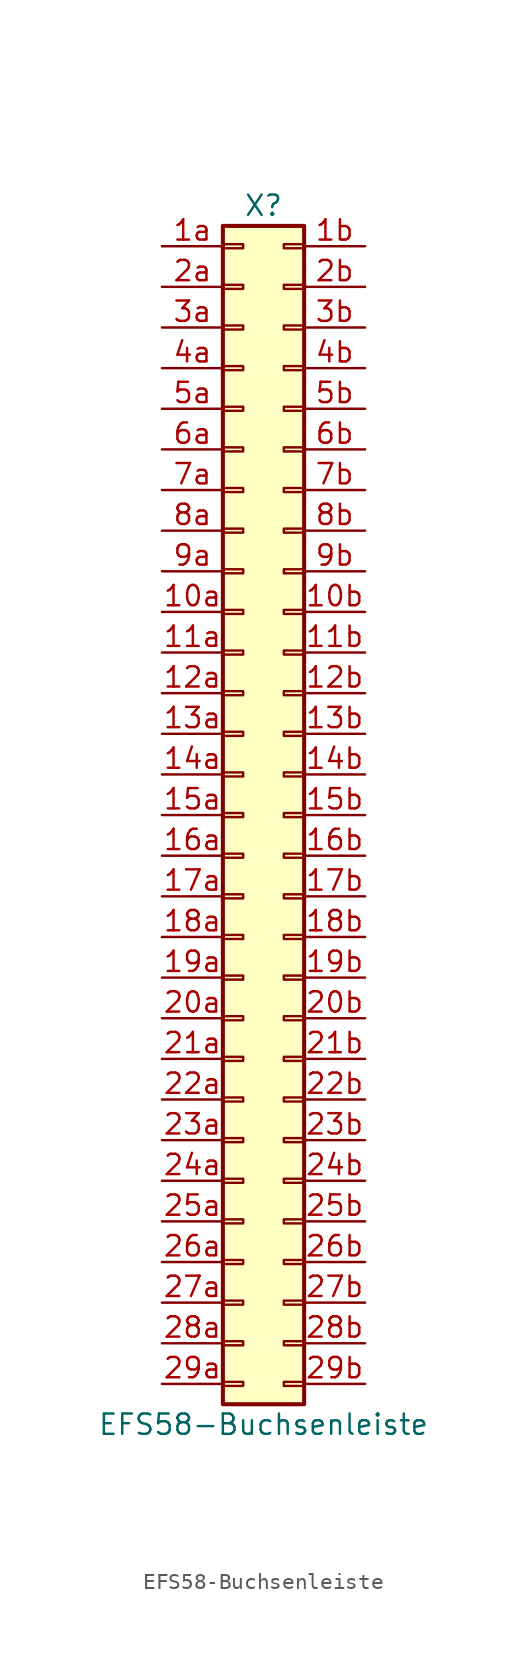
<source format=kicad_sym>
(kicad_symbol_lib
  (version 20211014)
  (generator kicad_symbol_editor)
  (symbol "EFS58-Buchsenleiste"
    (pin_names
      (offset 1.016) hide)
    (property "Reference" "X"
      (at 0 38.1 0)
      (effects (font (size 1.27 1.27))))
    (property "Value" "EFS58-Buchsenleiste"
      (at 0 -38.1 0)
      (effects (font (size 1.27 1.27))))
    (symbol "EFS58-Buchsenleiste_1_1"
      (rectangle (start -2.54 -35.433) (end -1.27 -35.687) (stroke (width 0.152) (type default) (color 0 0 0 0)) (fill (type none)))
      (rectangle (start -2.54 -32.893) (end -1.27 -33.147) (stroke (width 0.152) (type default) (color 0 0 0 0)) (fill (type none)))
      (rectangle (start -2.54 -30.353) (end -1.27 -30.607) (stroke (width 0.152) (type default) (color 0 0 0 0)) (fill (type none)))
      (rectangle (start -2.54 -27.813) (end -1.27 -28.067) (stroke (width 0.152) (type default) (color 0 0 0 0)) (fill (type none)))
      (rectangle (start -2.54 -25.273) (end -1.27 -25.527) (stroke (width 0.152) (type default) (color 0 0 0 0)) (fill (type none)))
      (rectangle (start -2.54 -22.733) (end -1.27 -22.987) (stroke (width 0.152) (type default) (color 0 0 0 0)) (fill (type none)))
      (rectangle (start -2.54 -20.193) (end -1.27 -20.447) (stroke (width 0.152) (type default) (color 0 0 0 0)) (fill (type none)))
      (rectangle (start -2.54 -17.653) (end -1.27 -17.907) (stroke (width 0.152) (type default) (color 0 0 0 0)) (fill (type none)))
      (rectangle (start -2.54 -15.113) (end -1.27 -15.367) (stroke (width 0.152) (type default) (color 0 0 0 0)) (fill (type none)))
      (rectangle (start -2.54 -12.573) (end -1.27 -12.827) (stroke (width 0.152) (type default) (color 0 0 0 0)) (fill (type none)))
      (rectangle (start -2.54 -10.033) (end -1.27 -10.287) (stroke (width 0.152) (type default) (color 0 0 0 0)) (fill (type none)))
      (rectangle (start -2.54 -7.493) (end -1.27 -7.747) (stroke (width 0.152) (type default) (color 0 0 0 0)) (fill (type none)))
      (rectangle (start -2.54 -4.953) (end -1.27 -5.207) (stroke (width 0.152) (type default) (color 0 0 0 0)) (fill (type none)))
      (rectangle (start -2.54 -2.413) (end -1.27 -2.667) (stroke (width 0.152) (type default) (color 0 0 0 0)) (fill (type none)))
      (rectangle (start -2.54 0.127) (end -1.27 -0.127) (stroke (width 0.152) (type default) (color 0 0 0 0)) (fill (type none)))
      (rectangle (start -2.54 2.667) (end -1.27 2.413) (stroke (width 0.152) (type default) (color 0 0 0 0)) (fill (type none)))
      (rectangle (start -2.54 5.207) (end -1.27 4.953) (stroke (width 0.152) (type default) (color 0 0 0 0)) (fill (type none)))
      (rectangle (start -2.54 7.747) (end -1.27 7.493) (stroke (width 0.152) (type default) (color 0 0 0 0)) (fill (type none)))
      (rectangle (start -2.54 10.287) (end -1.27 10.033) (stroke (width 0.152) (type default) (color 0 0 0 0)) (fill (type none)))
      (rectangle (start -2.54 12.827) (end -1.27 12.573) (stroke (width 0.152) (type default) (color 0 0 0 0)) (fill (type none)))
      (rectangle (start -2.54 15.367) (end -1.27 15.113) (stroke (width 0.152) (type default) (color 0 0 0 0)) (fill (type none)))
      (rectangle (start -2.54 17.907) (end -1.27 17.653) (stroke (width 0.152) (type default) (color 0 0 0 0)) (fill (type none)))
      (rectangle (start -2.54 20.447) (end -1.27 20.193) (stroke (width 0.152) (type default) (color 0 0 0 0)) (fill (type none)))
      (rectangle (start -2.54 22.987) (end -1.27 22.733) (stroke (width 0.152) (type default) (color 0 0 0 0)) (fill (type none)))
      (rectangle (start -2.54 25.527) (end -1.27 25.273) (stroke (width 0.152) (type default) (color 0 0 0 0)) (fill (type none)))
      (rectangle (start -2.54 28.067) (end -1.27 27.813) (stroke (width 0.152) (type default) (color 0 0 0 0)) (fill (type none)))
      (rectangle (start -2.54 30.607) (end -1.27 30.353) (stroke (width 0.152) (type default) (color 0 0 0 0)) (fill (type none)))
      (rectangle (start -2.54 33.147) (end -1.27 32.893) (stroke (width 0.152) (type default) (color 0 0 0 0)) (fill (type none)))
      (rectangle (start -2.54 35.687) (end -1.27 35.433) (stroke (width 0.152) (type default) (color 0 0 0 0)) (fill (type none)))
      (rectangle (start -2.54 36.83) (end 2.54 -36.83) (stroke (width 0.254) (type default) (color 0 0 0 0)) (fill (type background)))
      (rectangle (start 2.54 -35.433) (end 1.27 -35.687) (stroke (width 0.152) (type default) (color 0 0 0 0)) (fill (type none)))
      (rectangle (start 2.54 -32.893) (end 1.27 -33.147) (stroke (width 0.152) (type default) (color 0 0 0 0)) (fill (type none)))
      (rectangle (start 2.54 -30.353) (end 1.27 -30.607) (stroke (width 0.152) (type default) (color 0 0 0 0)) (fill (type none)))
      (rectangle (start 2.54 -27.813) (end 1.27 -28.067) (stroke (width 0.152) (type default) (color 0 0 0 0)) (fill (type none)))
      (rectangle (start 2.54 -25.273) (end 1.27 -25.527) (stroke (width 0.152) (type default) (color 0 0 0 0)) (fill (type none)))
      (rectangle (start 2.54 -22.733) (end 1.27 -22.987) (stroke (width 0.152) (type default) (color 0 0 0 0)) (fill (type none)))
      (rectangle (start 2.54 -20.193) (end 1.27 -20.447) (stroke (width 0.152) (type default) (color 0 0 0 0)) (fill (type none)))
      (rectangle (start 2.54 -17.653) (end 1.27 -17.907) (stroke (width 0.152) (type default) (color 0 0 0 0)) (fill (type none)))
      (rectangle (start 2.54 -15.113) (end 1.27 -15.367) (stroke (width 0.152) (type default) (color 0 0 0 0)) (fill (type none)))
      (rectangle (start 2.54 -12.573) (end 1.27 -12.827) (stroke (width 0.152) (type default) (color 0 0 0 0)) (fill (type none)))
      (rectangle (start 2.54 -10.033) (end 1.27 -10.287) (stroke (width 0.152) (type default) (color 0 0 0 0)) (fill (type none)))
      (rectangle (start 2.54 -7.493) (end 1.27 -7.747) (stroke (width 0.152) (type default) (color 0 0 0 0)) (fill (type none)))
      (rectangle (start 2.54 -4.953) (end 1.27 -5.207) (stroke (width 0.152) (type default) (color 0 0 0 0)) (fill (type none)))
      (rectangle (start 2.54 -2.413) (end 1.27 -2.667) (stroke (width 0.152) (type default) (color 0 0 0 0)) (fill (type none)))
      (rectangle (start 2.54 0.127) (end 1.27 -0.127) (stroke (width 0.152) (type default) (color 0 0 0 0)) (fill (type none)))
      (rectangle (start 2.54 2.667) (end 1.27 2.413) (stroke (width 0.152) (type default) (color 0 0 0 0)) (fill (type none)))
      (rectangle (start 2.54 5.207) (end 1.27 4.953) (stroke (width 0.152) (type default) (color 0 0 0 0)) (fill (type none)))
      (rectangle (start 2.54 7.747) (end 1.27 7.493) (stroke (width 0.152) (type default) (color 0 0 0 0)) (fill (type none)))
      (rectangle (start 2.54 10.287) (end 1.27 10.033) (stroke (width 0.152) (type default) (color 0 0 0 0)) (fill (type none)))
      (rectangle (start 2.54 12.827) (end 1.27 12.573) (stroke (width 0.152) (type default) (color 0 0 0 0)) (fill (type none)))
      (rectangle (start 2.54 15.367) (end 1.27 15.113) (stroke (width 0.152) (type default) (color 0 0 0 0)) (fill (type none)))
      (rectangle (start 2.54 17.907) (end 1.27 17.653) (stroke (width 0.152) (type default) (color 0 0 0 0)) (fill (type none)))
      (rectangle (start 2.54 20.447) (end 1.27 20.193) (stroke (width 0.152) (type default) (color 0 0 0 0)) (fill (type none)))
      (rectangle (start 2.54 22.987) (end 1.27 22.733) (stroke (width 0.152) (type default) (color 0 0 0 0)) (fill (type none)))
      (rectangle (start 2.54 25.527) (end 1.27 25.273) (stroke (width 0.152) (type default) (color 0 0 0 0)) (fill (type none)))
      (rectangle (start 2.54 28.067) (end 1.27 27.813) (stroke (width 0.152) (type default) (color 0 0 0 0)) (fill (type none)))
      (rectangle (start 2.54 30.607) (end 1.27 30.353) (stroke (width 0.152) (type default) (color 0 0 0 0)) (fill (type none)))
      (rectangle (start 2.54 33.147) (end 1.27 32.893) (stroke (width 0.152) (type default) (color 0 0 0 0)) (fill (type none)))
      (rectangle (start 2.54 35.687) (end 1.27 35.433) (stroke (width 0.152) (type default) (color 0 0 0 0)) (fill (type none)))
      (pin passive line (at -6.35 12.7 0) (length 3.81) (name "Pin_10a" (effects (font (size 1.27 1.27)))) (number "10a" (effects (font (size 1.27 1.27)))))
      (pin passive line (at 6.35 12.7 180) (length 3.81) (name "Pin_10b" (effects (font (size 1.27 1.27)))) (number "10b" (effects (font (size 1.27 1.27)))))
      (pin passive line (at -6.35 10.16 0) (length 3.81) (name "Pin_11a" (effects (font (size 1.27 1.27)))) (number "11a" (effects (font (size 1.27 1.27)))))
      (pin passive line (at 6.35 10.16 180) (length 3.81) (name "Pin_11b" (effects (font (size 1.27 1.27)))) (number "11b" (effects (font (size 1.27 1.27)))))
      (pin passive line (at -6.35 7.62 0) (length 3.81) (name "Pin_12a" (effects (font (size 1.27 1.27)))) (number "12a" (effects (font (size 1.27 1.27)))))
      (pin passive line (at 6.35 7.62 180) (length 3.81) (name "Pin_12b" (effects (font (size 1.27 1.27)))) (number "12b" (effects (font (size 1.27 1.27)))))
      (pin passive line (at -6.35 5.08 0) (length 3.81) (name "Pin_13a" (effects (font (size 1.27 1.27)))) (number "13a" (effects (font (size 1.27 1.27)))))
      (pin passive line (at 6.35 5.08 180) (length 3.81) (name "Pin_13b" (effects (font (size 1.27 1.27)))) (number "13b" (effects (font (size 1.27 1.27)))))
      (pin passive line (at -6.35 2.54 0) (length 3.81) (name "Pin_14a" (effects (font (size 1.27 1.27)))) (number "14a" (effects (font (size 1.27 1.27)))))
      (pin passive line (at 6.35 2.54 180) (length 3.81) (name "Pin_14b" (effects (font (size 1.27 1.27)))) (number "14b" (effects (font (size 1.27 1.27)))))
      (pin passive line (at -6.35 0 0) (length 3.81) (name "Pin_15a" (effects (font (size 1.27 1.27)))) (number "15a" (effects (font (size 1.27 1.27)))))
      (pin passive line (at 6.35 0 180) (length 3.81) (name "Pin_15b" (effects (font (size 1.27 1.27)))) (number "15b" (effects (font (size 1.27 1.27)))))
      (pin passive line (at -6.35 -2.54 0) (length 3.81) (name "Pin_16a" (effects (font (size 1.27 1.27)))) (number "16a" (effects (font (size 1.27 1.27)))))
      (pin passive line (at 6.35 -2.54 180) (length 3.81) (name "Pin_16b" (effects (font (size 1.27 1.27)))) (number "16b" (effects (font (size 1.27 1.27)))))
      (pin passive line (at -6.35 -5.08 0) (length 3.81) (name "Pin_17a" (effects (font (size 1.27 1.27)))) (number "17a" (effects (font (size 1.27 1.27)))))
      (pin passive line (at 6.35 -5.08 180) (length 3.81) (name "Pin_17b" (effects (font (size 1.27 1.27)))) (number "17b" (effects (font (size 1.27 1.27)))))
      (pin passive line (at -6.35 -7.62 0) (length 3.81) (name "Pin_18a" (effects (font (size 1.27 1.27)))) (number "18a" (effects (font (size 1.27 1.27)))))
      (pin passive line (at 6.35 -7.62 180) (length 3.81) (name "Pin_18b" (effects (font (size 1.27 1.27)))) (number "18b" (effects (font (size 1.27 1.27)))))
      (pin passive line (at -6.35 -10.16 0) (length 3.81) (name "Pin_19a" (effects (font (size 1.27 1.27)))) (number "19a" (effects (font (size 1.27 1.27)))))
      (pin passive line (at 6.35 -10.16 180) (length 3.81) (name "Pin_19b" (effects (font (size 1.27 1.27)))) (number "19b" (effects (font (size 1.27 1.27)))))
      (pin passive line (at -6.35 35.56 0) (length 3.81) (name "Pin_1a" (effects (font (size 1.27 1.27)))) (number "1a" (effects (font (size 1.27 1.27)))))
      (pin passive line (at 6.35 35.56 180) (length 3.81) (name "Pin_1b" (effects (font (size 1.27 1.27)))) (number "1b" (effects (font (size 1.27 1.27)))))
      (pin passive line (at -6.35 -12.7 0) (length 3.81) (name "Pin_20a" (effects (font (size 1.27 1.27)))) (number "20a" (effects (font (size 1.27 1.27)))))
      (pin passive line (at 6.35 -12.7 180) (length 3.81) (name "Pin_20b" (effects (font (size 1.27 1.27)))) (number "20b" (effects (font (size 1.27 1.27)))))
      (pin passive line (at -6.35 -15.24 0) (length 3.81) (name "Pin_21a" (effects (font (size 1.27 1.27)))) (number "21a" (effects (font (size 1.27 1.27)))))
      (pin passive line (at 6.35 -15.24 180) (length 3.81) (name "Pin_21b" (effects (font (size 1.27 1.27)))) (number "21b" (effects (font (size 1.27 1.27)))))
      (pin passive line (at -6.35 -17.78 0) (length 3.81) (name "Pin_22a" (effects (font (size 1.27 1.27)))) (number "22a" (effects (font (size 1.27 1.27)))))
      (pin passive line (at 6.35 -17.78 180) (length 3.81) (name "Pin_22b" (effects (font (size 1.27 1.27)))) (number "22b" (effects (font (size 1.27 1.27)))))
      (pin passive line (at -6.35 -20.32 0) (length 3.81) (name "Pin_23a" (effects (font (size 1.27 1.27)))) (number "23a" (effects (font (size 1.27 1.27)))))
      (pin passive line (at 6.35 -20.32 180) (length 3.81) (name "Pin_23b" (effects (font (size 1.27 1.27)))) (number "23b" (effects (font (size 1.27 1.27)))))
      (pin passive line (at -6.35 -22.86 0) (length 3.81) (name "Pin_24a" (effects (font (size 1.27 1.27)))) (number "24a" (effects (font (size 1.27 1.27)))))
      (pin passive line (at 6.35 -22.86 180) (length 3.81) (name "Pin_24b" (effects (font (size 1.27 1.27)))) (number "24b" (effects (font (size 1.27 1.27)))))
      (pin passive line (at -6.35 -25.4 0) (length 3.81) (name "Pin_25a" (effects (font (size 1.27 1.27)))) (number "25a" (effects (font (size 1.27 1.27)))))
      (pin passive line (at 6.35 -25.4 180) (length 3.81) (name "Pin_25b" (effects (font (size 1.27 1.27)))) (number "25b" (effects (font (size 1.27 1.27)))))
      (pin passive line (at -6.35 -27.94 0) (length 3.81) (name "Pin_26a" (effects (font (size 1.27 1.27)))) (number "26a" (effects (font (size 1.27 1.27)))))
      (pin passive line (at 6.35 -27.94 180) (length 3.81) (name "Pin_26b" (effects (font (size 1.27 1.27)))) (number "26b" (effects (font (size 1.27 1.27)))))
      (pin passive line (at -6.35 -30.48 0) (length 3.81) (name "Pin_27a" (effects (font (size 1.27 1.27)))) (number "27a" (effects (font (size 1.27 1.27)))))
      (pin passive line (at 6.35 -30.48 180) (length 3.81) (name "Pin_27b" (effects (font (size 1.27 1.27)))) (number "27b" (effects (font (size 1.27 1.27)))))
      (pin passive line (at -6.35 -33.02 0) (length 3.81) (name "Pin_28a" (effects (font (size 1.27 1.27)))) (number "28a" (effects (font (size 1.27 1.27)))))
      (pin passive line (at 6.35 -33.02 180) (length 3.81) (name "Pin_28b" (effects (font (size 1.27 1.27)))) (number "28b" (effects (font (size 1.27 1.27)))))
      (pin passive line (at -6.35 -35.56 0) (length 3.81) (name "Pin_29a" (effects (font (size 1.27 1.27)))) (number "29a" (effects (font (size 1.27 1.27)))))
      (pin passive line (at 6.35 -35.56 180) (length 3.81) (name "Pin_29b" (effects (font (size 1.27 1.27)))) (number "29b" (effects (font (size 1.27 1.27)))))
      (pin passive line (at -6.35 33.02 0) (length 3.81) (name "Pin_2a" (effects (font (size 1.27 1.27)))) (number "2a" (effects (font (size 1.27 1.27)))))
      (pin passive line (at 6.35 33.02 180) (length 3.81) (name "Pin_2b" (effects (font (size 1.27 1.27)))) (number "2b" (effects (font (size 1.27 1.27)))))
      (pin passive line (at -6.35 30.48 0) (length 3.81) (name "Pin_3a" (effects (font (size 1.27 1.27)))) (number "3a" (effects (font (size 1.27 1.27)))))
      (pin passive line (at 6.35 30.48 180) (length 3.81) (name "Pin_3b" (effects (font (size 1.27 1.27)))) (number "3b" (effects (font (size 1.27 1.27)))))
      (pin passive line (at -6.35 27.94 0) (length 3.81) (name "Pin_4a" (effects (font (size 1.27 1.27)))) (number "4a" (effects (font (size 1.27 1.27)))))
      (pin passive line (at 6.35 27.94 180) (length 3.81) (name "Pin_4b" (effects (font (size 1.27 1.27)))) (number "4b" (effects (font (size 1.27 1.27)))))
      (pin passive line (at -6.35 25.4 0) (length 3.81) (name "Pin_5a" (effects (font (size 1.27 1.27)))) (number "5a" (effects (font (size 1.27 1.27)))))
      (pin passive line (at 6.35 25.4 180) (length 3.81) (name "Pin_5b" (effects (font (size 1.27 1.27)))) (number "5b" (effects (font (size 1.27 1.27)))))
      (pin passive line (at -6.35 22.86 0) (length 3.81) (name "Pin_6a" (effects (font (size 1.27 1.27)))) (number "6a" (effects (font (size 1.27 1.27)))))
      (pin passive line (at 6.35 22.86 180) (length 3.81) (name "Pin_6b" (effects (font (size 1.27 1.27)))) (number "6b" (effects (font (size 1.27 1.27)))))
      (pin passive line (at -6.35 20.32 0) (length 3.81) (name "Pin_7a" (effects (font (size 1.27 1.27)))) (number "7a" (effects (font (size 1.27 1.27)))))
      (pin passive line (at 6.35 20.32 180) (length 3.81) (name "Pin_7b" (effects (font (size 1.27 1.27)))) (number "7b" (effects (font (size 1.27 1.27)))))
      (pin passive line (at -6.35 17.78 0) (length 3.81) (name "Pin_8a" (effects (font (size 1.27 1.27)))) (number "8a" (effects (font (size 1.27 1.27)))))
      (pin passive line (at 6.35 17.78 180) (length 3.81) (name "Pin_8b" (effects (font (size 1.27 1.27)))) (number "8b" (effects (font (size 1.27 1.27)))))
      (pin passive line (at -6.35 15.24 0) (length 3.81) (name "Pin_9a" (effects (font (size 1.27 1.27)))) (number "9a" (effects (font (size 1.27 1.27)))))
      (pin passive line (at 6.35 15.24 180) (length 3.81) (name "Pin_9b" (effects (font (size 1.27 1.27)))) (number "9b" (effects (font (size 1.27 1.27))))))))
</source>
